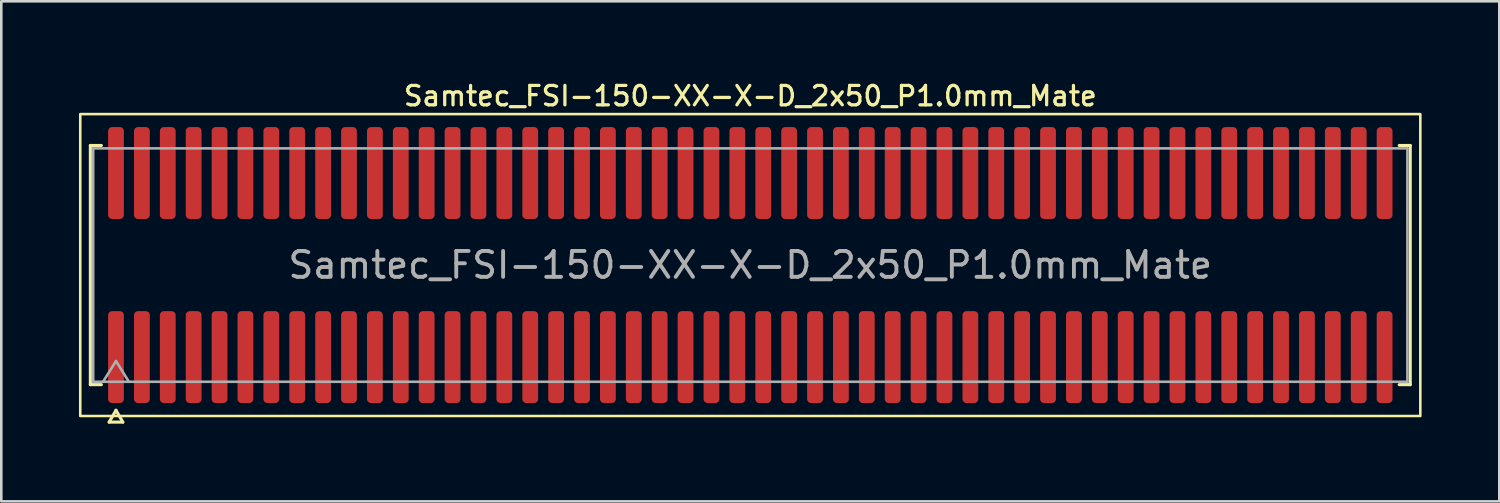
<source format=kicad_pcb>
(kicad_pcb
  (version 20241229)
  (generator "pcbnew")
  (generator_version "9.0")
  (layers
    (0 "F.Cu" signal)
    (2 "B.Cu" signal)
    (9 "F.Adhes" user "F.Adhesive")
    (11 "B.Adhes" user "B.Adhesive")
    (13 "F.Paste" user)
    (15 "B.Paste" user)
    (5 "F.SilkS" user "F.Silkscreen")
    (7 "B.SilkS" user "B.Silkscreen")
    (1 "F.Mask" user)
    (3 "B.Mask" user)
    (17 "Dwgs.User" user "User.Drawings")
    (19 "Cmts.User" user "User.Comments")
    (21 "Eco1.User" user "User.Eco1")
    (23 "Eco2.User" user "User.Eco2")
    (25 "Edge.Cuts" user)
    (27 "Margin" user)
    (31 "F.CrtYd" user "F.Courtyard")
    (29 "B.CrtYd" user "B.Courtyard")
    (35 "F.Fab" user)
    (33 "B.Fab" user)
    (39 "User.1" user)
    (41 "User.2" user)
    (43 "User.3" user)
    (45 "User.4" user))
  (footprint "Samtec_FSI-150-XX-X-D_2x50_P1.0mm_Mate"
    (layer "F.Cu")
    (at 25.93 7.188)
    (property "Reference" "Samtec_FSI-150-XX-X-D_2x50_P1.0mm_Mate" (at 0 -6.53 0) (layer "F.SilkS") (effects (font (size 0.75 0.75) (thickness 0.125))))
    (attr exclude_from_pos_files exclude_from_bom)
    (fp_line (start -25.49 -4.619) (end -25.065 -4.619) (stroke (width 0.12) (type solid)) (layer "F.SilkS"))
    (fp_line (start -25.49 4.619) (end -25.49 -4.619) (stroke (width 0.12) (type solid)) (layer "F.SilkS"))
    (fp_line (start -25.065 4.619) (end -25.49 4.619) (stroke (width 0.12) (type solid)) (layer "F.SilkS"))
    (fp_line (start -24.764 6.066) (end -24.5 5.609) (stroke (width 0.12) (type solid)) (layer "F.SilkS"))
    (fp_line (start -24.5 5.609) (end -24.236 6.066) (stroke (width 0.12) (type solid)) (layer "F.SilkS"))
    (fp_line (start -24.236 6.066) (end -24.764 6.066) (stroke (width 0.12) (type solid)) (layer "F.SilkS"))
    (fp_line (start 25.065 -4.619) (end 25.49 -4.619) (stroke (width 0.12) (type solid)) (layer "F.SilkS"))
    (fp_line (start 25.49 -4.619) (end 25.49 4.619) (stroke (width 0.12) (type solid)) (layer "F.SilkS"))
    (fp_line (start 25.49 4.619) (end 25.065 4.619) (stroke (width 0.12) (type solid)) (layer "F.SilkS"))
    (fp_rect (start -25.88 -5.83) (end 25.88 5.83) (stroke (width 0.1) (type solid)) (fill no) (layer "F.SilkS"))
    (fp_line (start -25.38 -4.508) (end 25.38 -4.508) (stroke (width 0.1) (type solid)) (layer "F.Fab"))
    (fp_line (start -25.38 4.508) (end -25.38 -4.508) (stroke (width 0.1) (type solid)) (layer "F.Fab"))
    (fp_line (start -25 4.508) (end -24.5 3.708) (stroke (width 0.1) (type solid)) (layer "F.Fab"))
    (fp_line (start -24.5 3.708) (end -24 4.508) (stroke (width 0.1) (type solid)) (layer "F.Fab"))
    (fp_line (start 25.38 -4.508) (end 25.38 4.508) (stroke (width 0.1) (type solid)) (layer "F.Fab"))
    (fp_line (start 25.38 4.508) (end -25.38 4.508) (stroke (width 0.1) (type solid)) (layer "F.Fab"))
    (fp_text user "${REFERENCE}" (at 0 0 0) (layer "F.Fab") (effects (font (size 1 1) (thickness 0.15))))
    (pad "1" smd roundrect (at -24.5 3.555) (size 0.61 3.55) (layers "F.Cu" "F.Mask") (roundrect_rratio 0.25))
    (pad "2" smd roundrect (at -24.5 -3.555) (size 0.61 3.55) (layers "F.Cu" "F.Mask") (roundrect_rratio 0.25))
    (pad "3" smd roundrect (at -23.5 3.555) (size 0.61 3.55) (layers "F.Cu" "F.Mask") (roundrect_rratio 0.25))
    (pad "4" smd roundrect (at -23.5 -3.555) (size 0.61 3.55) (layers "F.Cu" "F.Mask") (roundrect_rratio 0.25))
    (pad "5" smd roundrect (at -22.5 3.555) (size 0.61 3.55) (layers "F.Cu" "F.Mask") (roundrect_rratio 0.25))
    (pad "6" smd roundrect (at -22.5 -3.555) (size 0.61 3.55) (layers "F.Cu" "F.Mask") (roundrect_rratio 0.25))
    (pad "7" smd roundrect (at -21.5 3.555) (size 0.61 3.55) (layers "F.Cu" "F.Mask") (roundrect_rratio 0.25))
    (pad "8" smd roundrect (at -21.5 -3.555) (size 0.61 3.55) (layers "F.Cu" "F.Mask") (roundrect_rratio 0.25))
    (pad "9" smd roundrect (at -20.5 3.555) (size 0.61 3.55) (layers "F.Cu" "F.Mask") (roundrect_rratio 0.25))
    (pad "10" smd roundrect (at -20.5 -3.555) (size 0.61 3.55) (layers "F.Cu" "F.Mask") (roundrect_rratio 0.25))
    (pad "11" smd roundrect (at -19.5 3.555) (size 0.61 3.55) (layers "F.Cu" "F.Mask") (roundrect_rratio 0.25))
    (pad "12" smd roundrect (at -19.5 -3.555) (size 0.61 3.55) (layers "F.Cu" "F.Mask") (roundrect_rratio 0.25))
    (pad "13" smd roundrect (at -18.5 3.555) (size 0.61 3.55) (layers "F.Cu" "F.Mask") (roundrect_rratio 0.25))
    (pad "14" smd roundrect (at -18.5 -3.555) (size 0.61 3.55) (layers "F.Cu" "F.Mask") (roundrect_rratio 0.25))
    (pad "15" smd roundrect (at -17.5 3.555) (size 0.61 3.55) (layers "F.Cu" "F.Mask") (roundrect_rratio 0.25))
    (pad "16" smd roundrect (at -17.5 -3.555) (size 0.61 3.55) (layers "F.Cu" "F.Mask") (roundrect_rratio 0.25))
    (pad "17" smd roundrect (at -16.5 3.555) (size 0.61 3.55) (layers "F.Cu" "F.Mask") (roundrect_rratio 0.25))
    (pad "18" smd roundrect (at -16.5 -3.555) (size 0.61 3.55) (layers "F.Cu" "F.Mask") (roundrect_rratio 0.25))
    (pad "19" smd roundrect (at -15.5 3.555) (size 0.61 3.55) (layers "F.Cu" "F.Mask") (roundrect_rratio 0.25))
    (pad "20" smd roundrect (at -15.5 -3.555) (size 0.61 3.55) (layers "F.Cu" "F.Mask") (roundrect_rratio 0.25))
    (pad "21" smd roundrect (at -14.5 3.555) (size 0.61 3.55) (layers "F.Cu" "F.Mask") (roundrect_rratio 0.25))
    (pad "22" smd roundrect (at -14.5 -3.555) (size 0.61 3.55) (layers "F.Cu" "F.Mask") (roundrect_rratio 0.25))
    (pad "23" smd roundrect (at -13.5 3.555) (size 0.61 3.55) (layers "F.Cu" "F.Mask") (roundrect_rratio 0.25))
    (pad "24" smd roundrect (at -13.5 -3.555) (size 0.61 3.55) (layers "F.Cu" "F.Mask") (roundrect_rratio 0.25))
    (pad "25" smd roundrect (at -12.5 3.555) (size 0.61 3.55) (layers "F.Cu" "F.Mask") (roundrect_rratio 0.25))
    (pad "26" smd roundrect (at -12.5 -3.555) (size 0.61 3.55) (layers "F.Cu" "F.Mask") (roundrect_rratio 0.25))
    (pad "27" smd roundrect (at -11.5 3.555) (size 0.61 3.55) (layers "F.Cu" "F.Mask") (roundrect_rratio 0.25))
    (pad "28" smd roundrect (at -11.5 -3.555) (size 0.61 3.55) (layers "F.Cu" "F.Mask") (roundrect_rratio 0.25))
    (pad "29" smd roundrect (at -10.5 3.555) (size 0.61 3.55) (layers "F.Cu" "F.Mask") (roundrect_rratio 0.25))
    (pad "30" smd roundrect (at -10.5 -3.555) (size 0.61 3.55) (layers "F.Cu" "F.Mask") (roundrect_rratio 0.25))
    (pad "31" smd roundrect (at -9.5 3.555) (size 0.61 3.55) (layers "F.Cu" "F.Mask") (roundrect_rratio 0.25))
    (pad "32" smd roundrect (at -9.5 -3.555) (size 0.61 3.55) (layers "F.Cu" "F.Mask") (roundrect_rratio 0.25))
    (pad "33" smd roundrect (at -8.5 3.555) (size 0.61 3.55) (layers "F.Cu" "F.Mask") (roundrect_rratio 0.25))
    (pad "34" smd roundrect (at -8.5 -3.555) (size 0.61 3.55) (layers "F.Cu" "F.Mask") (roundrect_rratio 0.25))
    (pad "35" smd roundrect (at -7.5 3.555) (size 0.61 3.55) (layers "F.Cu" "F.Mask") (roundrect_rratio 0.25))
    (pad "36" smd roundrect (at -7.5 -3.555) (size 0.61 3.55) (layers "F.Cu" "F.Mask") (roundrect_rratio 0.25))
    (pad "37" smd roundrect (at -6.5 3.555) (size 0.61 3.55) (layers "F.Cu" "F.Mask") (roundrect_rratio 0.25))
    (pad "38" smd roundrect (at -6.5 -3.555) (size 0.61 3.55) (layers "F.Cu" "F.Mask") (roundrect_rratio 0.25))
    (pad "39" smd roundrect (at -5.5 3.555) (size 0.61 3.55) (layers "F.Cu" "F.Mask") (roundrect_rratio 0.25))
    (pad "40" smd roundrect (at -5.5 -3.555) (size 0.61 3.55) (layers "F.Cu" "F.Mask") (roundrect_rratio 0.25))
    (pad "41" smd roundrect (at -4.5 3.555) (size 0.61 3.55) (layers "F.Cu" "F.Mask") (roundrect_rratio 0.25))
    (pad "42" smd roundrect (at -4.5 -3.555) (size 0.61 3.55) (layers "F.Cu" "F.Mask") (roundrect_rratio 0.25))
    (pad "43" smd roundrect (at -3.5 3.555) (size 0.61 3.55) (layers "F.Cu" "F.Mask") (roundrect_rratio 0.25))
    (pad "44" smd roundrect (at -3.5 -3.555) (size 0.61 3.55) (layers "F.Cu" "F.Mask") (roundrect_rratio 0.25))
    (pad "45" smd roundrect (at -2.5 3.555) (size 0.61 3.55) (layers "F.Cu" "F.Mask") (roundrect_rratio 0.25))
    (pad "46" smd roundrect (at -2.5 -3.555) (size 0.61 3.55) (layers "F.Cu" "F.Mask") (roundrect_rratio 0.25))
    (pad "47" smd roundrect (at -1.5 3.555) (size 0.61 3.55) (layers "F.Cu" "F.Mask") (roundrect_rratio 0.25))
    (pad "48" smd roundrect (at -1.5 -3.555) (size 0.61 3.55) (layers "F.Cu" "F.Mask") (roundrect_rratio 0.25))
    (pad "49" smd roundrect (at -0.5 3.555) (size 0.61 3.55) (layers "F.Cu" "F.Mask") (roundrect_rratio 0.25))
    (pad "50" smd roundrect (at -0.5 -3.555) (size 0.61 3.55) (layers "F.Cu" "F.Mask") (roundrect_rratio 0.25))
    (pad "51" smd roundrect (at 0.5 3.555) (size 0.61 3.55) (layers "F.Cu" "F.Mask") (roundrect_rratio 0.25))
    (pad "52" smd roundrect (at 0.5 -3.555) (size 0.61 3.55) (layers "F.Cu" "F.Mask") (roundrect_rratio 0.25))
    (pad "53" smd roundrect (at 1.5 3.555) (size 0.61 3.55) (layers "F.Cu" "F.Mask") (roundrect_rratio 0.25))
    (pad "54" smd roundrect (at 1.5 -3.555) (size 0.61 3.55) (layers "F.Cu" "F.Mask") (roundrect_rratio 0.25))
    (pad "55" smd roundrect (at 2.5 3.555) (size 0.61 3.55) (layers "F.Cu" "F.Mask") (roundrect_rratio 0.25))
    (pad "56" smd roundrect (at 2.5 -3.555) (size 0.61 3.55) (layers "F.Cu" "F.Mask") (roundrect_rratio 0.25))
    (pad "57" smd roundrect (at 3.5 3.555) (size 0.61 3.55) (layers "F.Cu" "F.Mask") (roundrect_rratio 0.25))
    (pad "58" smd roundrect (at 3.5 -3.555) (size 0.61 3.55) (layers "F.Cu" "F.Mask") (roundrect_rratio 0.25))
    (pad "59" smd roundrect (at 4.5 3.555) (size 0.61 3.55) (layers "F.Cu" "F.Mask") (roundrect_rratio 0.25))
    (pad "60" smd roundrect (at 4.5 -3.555) (size 0.61 3.55) (layers "F.Cu" "F.Mask") (roundrect_rratio 0.25))
    (pad "61" smd roundrect (at 5.5 3.555) (size 0.61 3.55) (layers "F.Cu" "F.Mask") (roundrect_rratio 0.25))
    (pad "62" smd roundrect (at 5.5 -3.555) (size 0.61 3.55) (layers "F.Cu" "F.Mask") (roundrect_rratio 0.25))
    (pad "63" smd roundrect (at 6.5 3.555) (size 0.61 3.55) (layers "F.Cu" "F.Mask") (roundrect_rratio 0.25))
    (pad "64" smd roundrect (at 6.5 -3.555) (size 0.61 3.55) (layers "F.Cu" "F.Mask") (roundrect_rratio 0.25))
    (pad "65" smd roundrect (at 7.5 3.555) (size 0.61 3.55) (layers "F.Cu" "F.Mask") (roundrect_rratio 0.25))
    (pad "66" smd roundrect (at 7.5 -3.555) (size 0.61 3.55) (layers "F.Cu" "F.Mask") (roundrect_rratio 0.25))
    (pad "67" smd roundrect (at 8.5 3.555) (size 0.61 3.55) (layers "F.Cu" "F.Mask") (roundrect_rratio 0.25))
    (pad "68" smd roundrect (at 8.5 -3.555) (size 0.61 3.55) (layers "F.Cu" "F.Mask") (roundrect_rratio 0.25))
    (pad "69" smd roundrect (at 9.5 3.555) (size 0.61 3.55) (layers "F.Cu" "F.Mask") (roundrect_rratio 0.25))
    (pad "70" smd roundrect (at 9.5 -3.555) (size 0.61 3.55) (layers "F.Cu" "F.Mask") (roundrect_rratio 0.25))
    (pad "71" smd roundrect (at 10.5 3.555) (size 0.61 3.55) (layers "F.Cu" "F.Mask") (roundrect_rratio 0.25))
    (pad "72" smd roundrect (at 10.5 -3.555) (size 0.61 3.55) (layers "F.Cu" "F.Mask") (roundrect_rratio 0.25))
    (pad "73" smd roundrect (at 11.5 3.555) (size 0.61 3.55) (layers "F.Cu" "F.Mask") (roundrect_rratio 0.25))
    (pad "74" smd roundrect (at 11.5 -3.555) (size 0.61 3.55) (layers "F.Cu" "F.Mask") (roundrect_rratio 0.25))
    (pad "75" smd roundrect (at 12.5 3.555) (size 0.61 3.55) (layers "F.Cu" "F.Mask") (roundrect_rratio 0.25))
    (pad "76" smd roundrect (at 12.5 -3.555) (size 0.61 3.55) (layers "F.Cu" "F.Mask") (roundrect_rratio 0.25))
    (pad "77" smd roundrect (at 13.5 3.555) (size 0.61 3.55) (layers "F.Cu" "F.Mask") (roundrect_rratio 0.25))
    (pad "78" smd roundrect (at 13.5 -3.555) (size 0.61 3.55) (layers "F.Cu" "F.Mask") (roundrect_rratio 0.25))
    (pad "79" smd roundrect (at 14.5 3.555) (size 0.61 3.55) (layers "F.Cu" "F.Mask") (roundrect_rratio 0.25))
    (pad "80" smd roundrect (at 14.5 -3.555) (size 0.61 3.55) (layers "F.Cu" "F.Mask") (roundrect_rratio 0.25))
    (pad "81" smd roundrect (at 15.5 3.555) (size 0.61 3.55) (layers "F.Cu" "F.Mask") (roundrect_rratio 0.25))
    (pad "82" smd roundrect (at 15.5 -3.555) (size 0.61 3.55) (layers "F.Cu" "F.Mask") (roundrect_rratio 0.25))
    (pad "83" smd roundrect (at 16.5 3.555) (size 0.61 3.55) (layers "F.Cu" "F.Mask") (roundrect_rratio 0.25))
    (pad "84" smd roundrect (at 16.5 -3.555) (size 0.61 3.55) (layers "F.Cu" "F.Mask") (roundrect_rratio 0.25))
    (pad "85" smd roundrect (at 17.5 3.555) (size 0.61 3.55) (layers "F.Cu" "F.Mask") (roundrect_rratio 0.25))
    (pad "86" smd roundrect (at 17.5 -3.555) (size 0.61 3.55) (layers "F.Cu" "F.Mask") (roundrect_rratio 0.25))
    (pad "87" smd roundrect (at 18.5 3.555) (size 0.61 3.55) (layers "F.Cu" "F.Mask") (roundrect_rratio 0.25))
    (pad "88" smd roundrect (at 18.5 -3.555) (size 0.61 3.55) (layers "F.Cu" "F.Mask") (roundrect_rratio 0.25))
    (pad "89" smd roundrect (at 19.5 3.555) (size 0.61 3.55) (layers "F.Cu" "F.Mask") (roundrect_rratio 0.25))
    (pad "90" smd roundrect (at 19.5 -3.555) (size 0.61 3.55) (layers "F.Cu" "F.Mask") (roundrect_rratio 0.25))
    (pad "91" smd roundrect (at 20.5 3.555) (size 0.61 3.55) (layers "F.Cu" "F.Mask") (roundrect_rratio 0.25))
    (pad "92" smd roundrect (at 20.5 -3.555) (size 0.61 3.55) (layers "F.Cu" "F.Mask") (roundrect_rratio 0.25))
    (pad "93" smd roundrect (at 21.5 3.555) (size 0.61 3.55) (layers "F.Cu" "F.Mask") (roundrect_rratio 0.25))
    (pad "94" smd roundrect (at 21.5 -3.555) (size 0.61 3.55) (layers "F.Cu" "F.Mask") (roundrect_rratio 0.25))
    (pad "95" smd roundrect (at 22.5 3.555) (size 0.61 3.55) (layers "F.Cu" "F.Mask") (roundrect_rratio 0.25))
    (pad "96" smd roundrect (at 22.5 -3.555) (size 0.61 3.55) (layers "F.Cu" "F.Mask") (roundrect_rratio 0.25))
    (pad "97" smd roundrect (at 23.5 3.555) (size 0.61 3.55) (layers "F.Cu" "F.Mask") (roundrect_rratio 0.25))
    (pad "98" smd roundrect (at 23.5 -3.555) (size 0.61 3.55) (layers "F.Cu" "F.Mask") (roundrect_rratio 0.25))
    (pad "99" smd roundrect (at 24.5 3.555) (size 0.61 3.55) (layers "F.Cu" "F.Mask") (roundrect_rratio 0.25))
    (pad "100" smd roundrect (at 24.5 -3.555) (size 0.61 3.55) (layers "F.Cu" "F.Mask") (roundrect_rratio 0.25)))
  (gr_rect
    (start -3 -3)
    (end 54.86 16.314)
    (stroke (width 0.1) (type default))
    (fill no)
    (layer "Edge.Cuts")))
</source>
